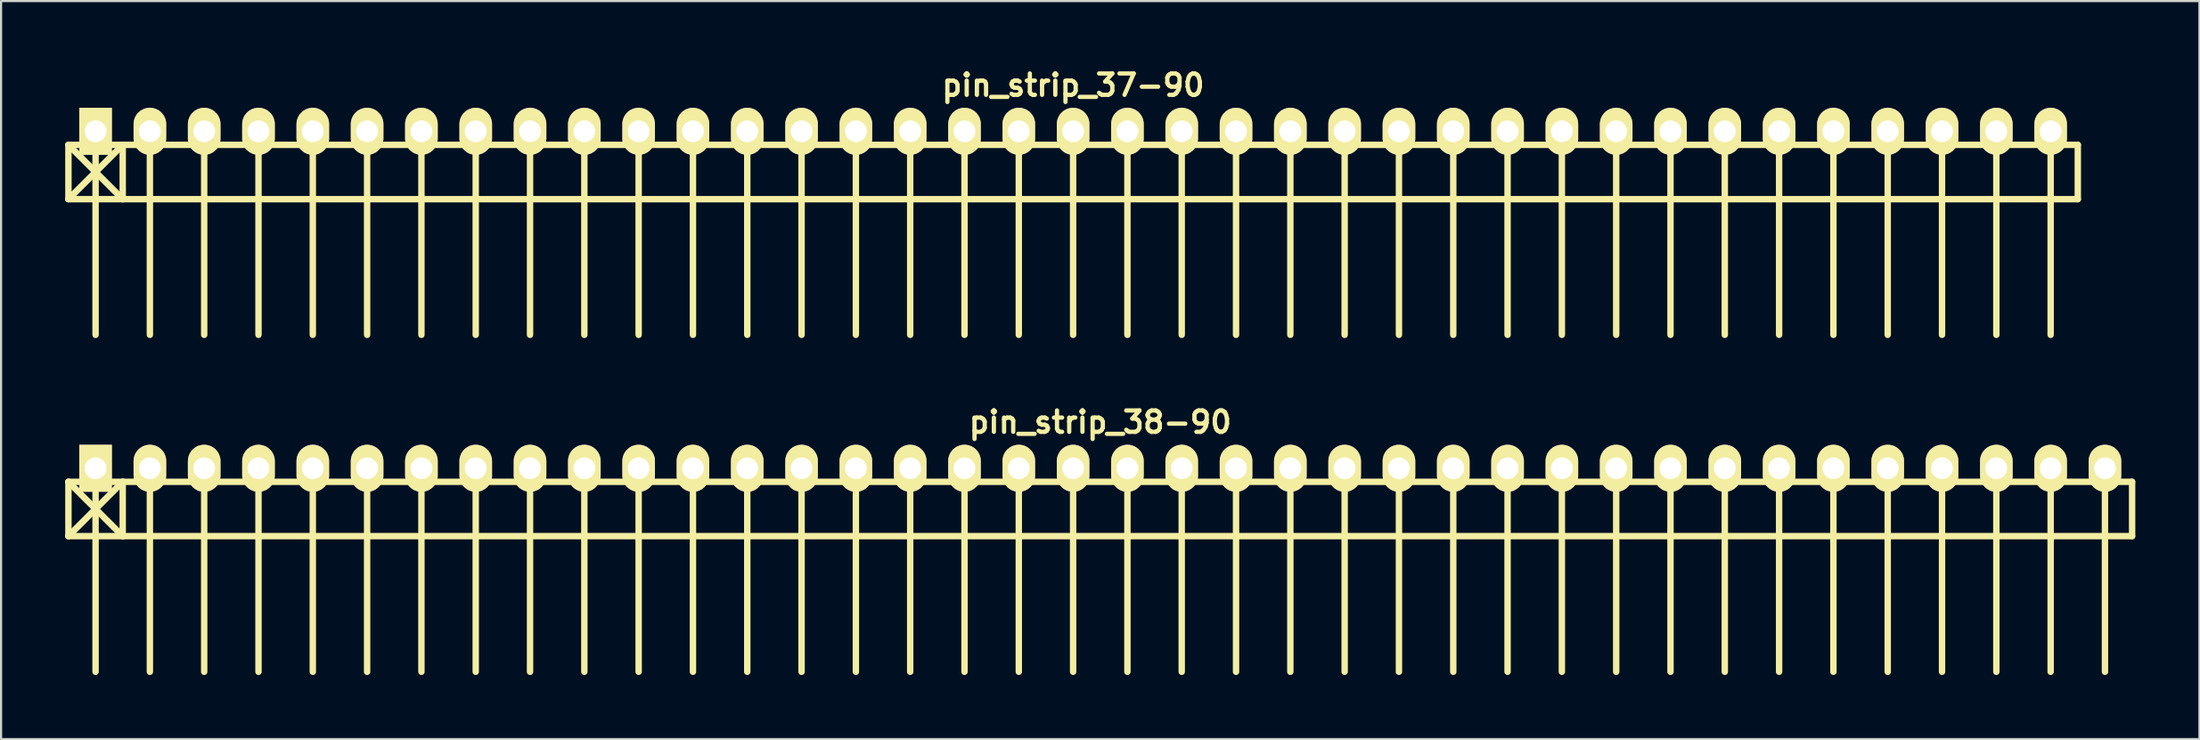
<source format=kicad_pcb>
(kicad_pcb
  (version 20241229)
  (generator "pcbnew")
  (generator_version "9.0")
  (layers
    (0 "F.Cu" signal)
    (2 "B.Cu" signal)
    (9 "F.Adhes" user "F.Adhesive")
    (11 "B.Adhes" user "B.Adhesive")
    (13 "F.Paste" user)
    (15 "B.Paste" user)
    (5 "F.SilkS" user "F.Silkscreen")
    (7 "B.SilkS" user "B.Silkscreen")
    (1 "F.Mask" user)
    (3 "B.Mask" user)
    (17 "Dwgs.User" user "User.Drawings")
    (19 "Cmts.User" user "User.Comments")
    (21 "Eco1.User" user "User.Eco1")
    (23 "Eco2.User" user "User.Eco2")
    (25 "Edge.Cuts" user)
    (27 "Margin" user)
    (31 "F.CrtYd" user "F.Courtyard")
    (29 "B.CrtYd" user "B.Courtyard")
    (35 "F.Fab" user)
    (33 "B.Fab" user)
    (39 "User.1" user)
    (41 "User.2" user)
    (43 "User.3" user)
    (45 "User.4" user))
  (footprint "pin_strip_38-90"
    (layer "F.Cu")
    (at 48.41 18.865)
    (property "Reference" "pin_strip_38-90" (at 0 -2.159 0) (layer "F.SilkS") (effects (font (size 1 1) (thickness 0.2))))
    (attr through_hole)
    (fp_line (start -48.26 0.635) (end 48.26 0.635) (stroke (width 0.3) (type solid)) (layer "F.SilkS"))
    (fp_line (start -48.26 3.175) (end -48.26 0.635) (stroke (width 0.3) (type solid)) (layer "F.SilkS"))
    (fp_line (start -48.26 3.175) (end -45.72 0.635) (stroke (width 0.3) (type solid)) (layer "F.SilkS"))
    (fp_line (start -46.99 0) (end -46.99 9.525) (stroke (width 0.3) (type solid)) (layer "F.SilkS"))
    (fp_line (start -45.72 0.635) (end -45.72 3.175) (stroke (width 0.3) (type solid)) (layer "F.SilkS"))
    (fp_line (start -45.72 3.175) (end -48.26 0.635) (stroke (width 0.3) (type solid)) (layer "F.SilkS"))
    (fp_line (start -44.45 0) (end -44.45 9.525) (stroke (width 0.3) (type solid)) (layer "F.SilkS"))
    (fp_line (start -41.91 9.525) (end -41.91 0) (stroke (width 0.3) (type solid)) (layer "F.SilkS"))
    (fp_line (start -39.37 0) (end -39.37 9.525) (stroke (width 0.3) (type solid)) (layer "F.SilkS"))
    (fp_line (start -36.83 0) (end -36.83 9.525) (stroke (width 0.3) (type solid)) (layer "F.SilkS"))
    (fp_line (start -34.29 0) (end -34.29 9.525) (stroke (width 0.3) (type solid)) (layer "F.SilkS"))
    (fp_line (start -31.75 0) (end -31.75 9.525) (stroke (width 0.3) (type solid)) (layer "F.SilkS"))
    (fp_line (start -29.21 0) (end -29.21 9.525) (stroke (width 0.3) (type solid)) (layer "F.SilkS"))
    (fp_line (start -26.67 0) (end -26.67 9.525) (stroke (width 0.3) (type solid)) (layer "F.SilkS"))
    (fp_line (start -24.13 0) (end -24.13 9.525) (stroke (width 0.3) (type solid)) (layer "F.SilkS"))
    (fp_line (start -21.59 0) (end -21.59 9.525) (stroke (width 0.3) (type solid)) (layer "F.SilkS"))
    (fp_line (start -19.05 0) (end -19.05 9.525) (stroke (width 0.3) (type solid)) (layer "F.SilkS"))
    (fp_line (start -16.51 9.525) (end -16.51 0) (stroke (width 0.3) (type solid)) (layer "F.SilkS"))
    (fp_line (start -13.97 0) (end -13.97 9.525) (stroke (width 0.3) (type solid)) (layer "F.SilkS"))
    (fp_line (start -11.43 0) (end -11.43 9.525) (stroke (width 0.3) (type solid)) (layer "F.SilkS"))
    (fp_line (start -8.89 0) (end -8.89 9.525) (stroke (width 0.3) (type solid)) (layer "F.SilkS"))
    (fp_line (start -6.35 0) (end -6.35 9.525) (stroke (width 0.3) (type solid)) (layer "F.SilkS"))
    (fp_line (start -3.81 0) (end -3.81 9.525) (stroke (width 0.3) (type solid)) (layer "F.SilkS"))
    (fp_line (start -1.27 0) (end -1.27 9.525) (stroke (width 0.3) (type solid)) (layer "F.SilkS"))
    (fp_line (start 1.27 0) (end 1.27 9.525) (stroke (width 0.3) (type solid)) (layer "F.SilkS"))
    (fp_line (start 3.81 0) (end 3.81 9.525) (stroke (width 0.3) (type solid)) (layer "F.SilkS"))
    (fp_line (start 6.35 0) (end 6.35 9.525) (stroke (width 0.3) (type solid)) (layer "F.SilkS"))
    (fp_line (start 8.89 9.525) (end 8.89 0) (stroke (width 0.3) (type solid)) (layer "F.SilkS"))
    (fp_line (start 11.43 0) (end 11.43 9.525) (stroke (width 0.3) (type solid)) (layer "F.SilkS"))
    (fp_line (start 13.97 0) (end 13.97 9.525) (stroke (width 0.3) (type solid)) (layer "F.SilkS"))
    (fp_line (start 16.51 0) (end 16.51 9.525) (stroke (width 0.3) (type solid)) (layer "F.SilkS"))
    (fp_line (start 19.05 0) (end 19.05 9.525) (stroke (width 0.3) (type solid)) (layer "F.SilkS"))
    (fp_line (start 21.59 0) (end 21.59 9.525) (stroke (width 0.3) (type solid)) (layer "F.SilkS"))
    (fp_line (start 24.13 0) (end 24.13 9.525) (stroke (width 0.3) (type solid)) (layer "F.SilkS"))
    (fp_line (start 26.67 0) (end 26.67 9.525) (stroke (width 0.3) (type solid)) (layer "F.SilkS"))
    (fp_line (start 29.21 0) (end 29.21 9.525) (stroke (width 0.3) (type solid)) (layer "F.SilkS"))
    (fp_line (start 31.75 0) (end 31.75 9.525) (stroke (width 0.3) (type solid)) (layer "F.SilkS"))
    (fp_line (start 34.29 9.525) (end 34.29 0) (stroke (width 0.3) (type solid)) (layer "F.SilkS"))
    (fp_line (start 36.83 0) (end 36.83 9.525) (stroke (width 0.3) (type solid)) (layer "F.SilkS"))
    (fp_line (start 39.37 0) (end 39.37 9.525) (stroke (width 0.3) (type solid)) (layer "F.SilkS"))
    (fp_line (start 41.91 0) (end 41.91 9.525) (stroke (width 0.3) (type solid)) (layer "F.SilkS"))
    (fp_line (start 44.45 0) (end 44.45 9.525) (stroke (width 0.3) (type solid)) (layer "F.SilkS"))
    (fp_line (start 46.99 0) (end 46.99 9.525) (stroke (width 0.3) (type solid)) (layer "F.SilkS"))
    (fp_line (start 48.26 0.635) (end 48.26 3.175) (stroke (width 0.3) (type solid)) (layer "F.SilkS"))
    (fp_line (start 48.26 3.175) (end -48.26 3.175) (stroke (width 0.3) (type solid)) (layer "F.SilkS"))
    (pad "1" thru_hole rect (at -46.99 0) (size 1.524 2.2) (drill 1.02) (layers "*.Cu" "*.Mask" "F.SilkS"))
    (pad "2" thru_hole oval (at -44.45 0) (size 1.524 2.2) (drill 1.02) (layers "*.Cu" "*.Mask" "F.SilkS"))
    (pad "3" thru_hole oval (at -41.91 0) (size 1.524 2.2) (drill 1.02) (layers "*.Cu" "*.Mask" "F.SilkS"))
    (pad "4" thru_hole oval (at -39.37 0) (size 1.524 2.2) (drill 1.02) (layers "*.Cu" "*.Mask" "F.SilkS"))
    (pad "5" thru_hole oval (at -36.83 0) (size 1.524 2.2) (drill 1.02) (layers "*.Cu" "*.Mask" "F.SilkS"))
    (pad "6" thru_hole oval (at -34.29 0) (size 1.524 2.2) (drill 1.02) (layers "*.Cu" "*.Mask" "F.SilkS"))
    (pad "7" thru_hole oval (at -31.75 0) (size 1.524 2.2) (drill 1.02) (layers "*.Cu" "*.Mask" "F.SilkS"))
    (pad "8" thru_hole oval (at -29.21 0) (size 1.524 2.2) (drill 1.02) (layers "*.Cu" "*.Mask" "F.SilkS"))
    (pad "9" thru_hole oval (at -26.67 0) (size 1.524 2.2) (drill 1.02) (layers "*.Cu" "*.Mask" "F.SilkS"))
    (pad "10" thru_hole oval (at -24.13 0) (size 1.524 2.2) (drill 1.02) (layers "*.Cu" "*.Mask" "F.SilkS"))
    (pad "11" thru_hole oval (at -21.59 0) (size 1.524 2.2) (drill 1.02) (layers "*.Cu" "*.Mask" "F.SilkS"))
    (pad "12" thru_hole oval (at -19.05 0) (size 1.524 2.2) (drill 1.02) (layers "*.Cu" "*.Mask" "F.SilkS"))
    (pad "13" thru_hole oval (at -16.51 0) (size 1.524 2.2) (drill 1.02) (layers "*.Cu" "*.Mask" "F.SilkS"))
    (pad "14" thru_hole oval (at -13.97 0) (size 1.524 2.2) (drill 1.02) (layers "*.Cu" "*.Mask" "F.SilkS"))
    (pad "15" thru_hole oval (at -11.43 0) (size 1.524 2.2) (drill 1.02) (layers "*.Cu" "*.Mask" "F.SilkS"))
    (pad "16" thru_hole oval (at -8.89 0) (size 1.524 2.2) (drill 1.02) (layers "*.Cu" "*.Mask" "F.SilkS"))
    (pad "17" thru_hole oval (at -6.35 0) (size 1.524 2.2) (drill 1.02) (layers "*.Cu" "*.Mask" "F.SilkS"))
    (pad "18" thru_hole oval (at -3.81 0) (size 1.524 2.2) (drill 1.02) (layers "*.Cu" "*.Mask" "F.SilkS"))
    (pad "19" thru_hole oval (at -1.27 0) (size 1.524 2.2) (drill 1.02) (layers "*.Cu" "*.Mask" "F.SilkS"))
    (pad "20" thru_hole oval (at 1.27 0) (size 1.524 2.2) (drill 1.02) (layers "*.Cu" "*.Mask" "F.SilkS"))
    (pad "21" thru_hole oval (at 3.81 0) (size 1.524 2.2) (drill 1.02) (layers "*.Cu" "*.Mask" "F.SilkS"))
    (pad "22" thru_hole oval (at 6.35 0) (size 1.524 2.2) (drill 1.02) (layers "*.Cu" "*.Mask" "F.SilkS"))
    (pad "23" thru_hole oval (at 8.89 0) (size 1.524 2.2) (drill 1.02) (layers "*.Cu" "*.Mask" "F.SilkS"))
    (pad "24" thru_hole oval (at 11.43 0) (size 1.524 2.2) (drill 1.02) (layers "*.Cu" "*.Mask" "F.SilkS"))
    (pad "25" thru_hole oval (at 13.97 0) (size 1.524 2.2) (drill 1.02) (layers "*.Cu" "*.Mask" "F.SilkS"))
    (pad "26" thru_hole oval (at 16.51 0) (size 1.524 2.2) (drill 1.02) (layers "*.Cu" "*.Mask" "F.SilkS"))
    (pad "27" thru_hole oval (at 19.05 0) (size 1.524 2.2) (drill 1.02) (layers "*.Cu" "*.Mask" "F.SilkS"))
    (pad "28" thru_hole oval (at 21.59 0) (size 1.524 2.2) (drill 1.02) (layers "*.Cu" "*.Mask" "F.SilkS"))
    (pad "29" thru_hole oval (at 24.13 0) (size 1.524 2.2) (drill 1.02) (layers "*.Cu" "*.Mask" "F.SilkS"))
    (pad "30" thru_hole oval (at 26.67 0) (size 1.524 2.2) (drill 1.02) (layers "*.Cu" "*.Mask" "F.SilkS"))
    (pad "31" thru_hole oval (at 29.21 0) (size 1.524 2.2) (drill 1.02) (layers "*.Cu" "*.Mask" "F.SilkS"))
    (pad "32" thru_hole oval (at 31.75 0) (size 1.524 2.2) (drill 1.02) (layers "*.Cu" "*.Mask" "F.SilkS"))
    (pad "33" thru_hole oval (at 34.29 0) (size 1.524 2.2) (drill 1.02) (layers "*.Cu" "*.Mask" "F.SilkS"))
    (pad "34" thru_hole oval (at 36.83 0) (size 1.524 2.2) (drill 1.02) (layers "*.Cu" "*.Mask" "F.SilkS"))
    (pad "35" thru_hole oval (at 39.37 0) (size 1.524 2.2) (drill 1.02) (layers "*.Cu" "*.Mask" "F.SilkS"))
    (pad "36" thru_hole oval (at 41.91 0) (size 1.524 2.2) (drill 1.02) (layers "*.Cu" "*.Mask" "F.SilkS"))
    (pad "37" thru_hole oval (at 44.45 0) (size 1.524 2.2) (drill 1.02) (layers "*.Cu" "*.Mask" "F.SilkS"))
    (pad "38" thru_hole oval (at 46.99 0) (size 1.524 2.2) (drill 1.02) (layers "*.Cu" "*.Mask" "F.SilkS")))
  (footprint "pin_strip_37-90"
    (layer "F.Cu")
    (at 47.14 3.095)
    (property "Reference" "pin_strip_37-90" (at 0 -2.159 0) (layer "F.SilkS") (effects (font (size 1 1) (thickness 0.2))))
    (attr through_hole)
    (fp_line (start -46.99 0.635) (end 46.99 0.635) (stroke (width 0.3) (type solid)) (layer "F.SilkS"))
    (fp_line (start -46.99 3.175) (end -46.99 0.635) (stroke (width 0.3) (type solid)) (layer "F.SilkS"))
    (fp_line (start -46.99 3.175) (end -44.45 0.635) (stroke (width 0.3) (type solid)) (layer "F.SilkS"))
    (fp_line (start -45.72 0) (end -45.72 9.525) (stroke (width 0.3) (type solid)) (layer "F.SilkS"))
    (fp_line (start -44.45 0.635) (end -44.45 3.175) (stroke (width 0.3) (type solid)) (layer "F.SilkS"))
    (fp_line (start -44.45 3.175) (end -46.99 0.635) (stroke (width 0.3) (type solid)) (layer "F.SilkS"))
    (fp_line (start -43.18 0) (end -43.18 9.525) (stroke (width 0.3) (type solid)) (layer "F.SilkS"))
    (fp_line (start -40.64 9.525) (end -40.64 0) (stroke (width 0.3) (type solid)) (layer "F.SilkS"))
    (fp_line (start -38.1 0) (end -38.1 9.525) (stroke (width 0.3) (type solid)) (layer "F.SilkS"))
    (fp_line (start -35.56 0) (end -35.56 9.525) (stroke (width 0.3) (type solid)) (layer "F.SilkS"))
    (fp_line (start -33.02 0) (end -33.02 9.525) (stroke (width 0.3) (type solid)) (layer "F.SilkS"))
    (fp_line (start -30.48 0) (end -30.48 9.525) (stroke (width 0.3) (type solid)) (layer "F.SilkS"))
    (fp_line (start -27.94 0) (end -27.94 9.525) (stroke (width 0.3) (type solid)) (layer "F.SilkS"))
    (fp_line (start -25.4 0) (end -25.4 9.525) (stroke (width 0.3) (type solid)) (layer "F.SilkS"))
    (fp_line (start -22.86 0) (end -22.86 9.525) (stroke (width 0.3) (type solid)) (layer "F.SilkS"))
    (fp_line (start -20.32 0) (end -20.32 9.525) (stroke (width 0.3) (type solid)) (layer "F.SilkS"))
    (fp_line (start -17.78 0) (end -17.78 9.525) (stroke (width 0.3) (type solid)) (layer "F.SilkS"))
    (fp_line (start -15.24 9.525) (end -15.24 0) (stroke (width 0.3) (type solid)) (layer "F.SilkS"))
    (fp_line (start -12.7 0) (end -12.7 9.525) (stroke (width 0.3) (type solid)) (layer "F.SilkS"))
    (fp_line (start -10.16 0) (end -10.16 9.525) (stroke (width 0.3) (type solid)) (layer "F.SilkS"))
    (fp_line (start -7.62 0) (end -7.62 9.525) (stroke (width 0.3) (type solid)) (layer "F.SilkS"))
    (fp_line (start -5.08 0) (end -5.08 9.525) (stroke (width 0.3) (type solid)) (layer "F.SilkS"))
    (fp_line (start -2.54 0) (end -2.54 9.525) (stroke (width 0.3) (type solid)) (layer "F.SilkS"))
    (fp_line (start 0 0) (end 0 9.525) (stroke (width 0.3) (type solid)) (layer "F.SilkS"))
    (fp_line (start 2.54 0) (end 2.54 9.525) (stroke (width 0.3) (type solid)) (layer "F.SilkS"))
    (fp_line (start 5.08 0) (end 5.08 9.525) (stroke (width 0.3) (type solid)) (layer "F.SilkS"))
    (fp_line (start 7.62 0) (end 7.62 9.525) (stroke (width 0.3) (type solid)) (layer "F.SilkS"))
    (fp_line (start 10.16 9.525) (end 10.16 0) (stroke (width 0.3) (type solid)) (layer "F.SilkS"))
    (fp_line (start 12.7 0) (end 12.7 9.525) (stroke (width 0.3) (type solid)) (layer "F.SilkS"))
    (fp_line (start 15.24 0) (end 15.24 9.525) (stroke (width 0.3) (type solid)) (layer "F.SilkS"))
    (fp_line (start 17.78 0) (end 17.78 9.525) (stroke (width 0.3) (type solid)) (layer "F.SilkS"))
    (fp_line (start 20.32 0) (end 20.32 9.525) (stroke (width 0.3) (type solid)) (layer "F.SilkS"))
    (fp_line (start 22.86 0) (end 22.86 9.525) (stroke (width 0.3) (type solid)) (layer "F.SilkS"))
    (fp_line (start 25.4 0) (end 25.4 9.525) (stroke (width 0.3) (type solid)) (layer "F.SilkS"))
    (fp_line (start 27.94 0) (end 27.94 9.525) (stroke (width 0.3) (type solid)) (layer "F.SilkS"))
    (fp_line (start 30.48 0) (end 30.48 9.525) (stroke (width 0.3) (type solid)) (layer "F.SilkS"))
    (fp_line (start 33.02 0) (end 33.02 9.525) (stroke (width 0.3) (type solid)) (layer "F.SilkS"))
    (fp_line (start 35.56 9.525) (end 35.56 0) (stroke (width 0.3) (type solid)) (layer "F.SilkS"))
    (fp_line (start 38.1 0) (end 38.1 9.525) (stroke (width 0.3) (type solid)) (layer "F.SilkS"))
    (fp_line (start 40.64 0) (end 40.64 9.525) (stroke (width 0.3) (type solid)) (layer "F.SilkS"))
    (fp_line (start 43.18 0) (end 43.18 9.525) (stroke (width 0.3) (type solid)) (layer "F.SilkS"))
    (fp_line (start 45.72 0) (end 45.72 9.525) (stroke (width 0.3) (type solid)) (layer "F.SilkS"))
    (fp_line (start 46.99 0.635) (end 46.99 3.175) (stroke (width 0.3) (type solid)) (layer "F.SilkS"))
    (fp_line (start 46.99 3.175) (end -46.99 3.175) (stroke (width 0.3) (type solid)) (layer "F.SilkS"))
    (pad "1" thru_hole rect (at -45.72 0) (size 1.524 2.2) (drill 1.02) (layers "*.Cu" "*.Mask" "F.SilkS"))
    (pad "2" thru_hole oval (at -43.18 0) (size 1.524 2.2) (drill 1.02) (layers "*.Cu" "*.Mask" "F.SilkS"))
    (pad "3" thru_hole oval (at -40.64 0) (size 1.524 2.2) (drill 1.02) (layers "*.Cu" "*.Mask" "F.SilkS"))
    (pad "4" thru_hole oval (at -38.1 0) (size 1.524 2.2) (drill 1.02) (layers "*.Cu" "*.Mask" "F.SilkS"))
    (pad "5" thru_hole oval (at -35.56 0) (size 1.524 2.2) (drill 1.02) (layers "*.Cu" "*.Mask" "F.SilkS"))
    (pad "6" thru_hole oval (at -33.02 0) (size 1.524 2.2) (drill 1.02) (layers "*.Cu" "*.Mask" "F.SilkS"))
    (pad "7" thru_hole oval (at -30.48 0) (size 1.524 2.2) (drill 1.02) (layers "*.Cu" "*.Mask" "F.SilkS"))
    (pad "8" thru_hole oval (at -27.94 0) (size 1.524 2.2) (drill 1.02) (layers "*.Cu" "*.Mask" "F.SilkS"))
    (pad "9" thru_hole oval (at -25.4 0) (size 1.524 2.2) (drill 1.02) (layers "*.Cu" "*.Mask" "F.SilkS"))
    (pad "10" thru_hole oval (at -22.86 0) (size 1.524 2.2) (drill 1.02) (layers "*.Cu" "*.Mask" "F.SilkS"))
    (pad "11" thru_hole oval (at -20.32 0) (size 1.524 2.2) (drill 1.02) (layers "*.Cu" "*.Mask" "F.SilkS"))
    (pad "12" thru_hole oval (at -17.78 0) (size 1.524 2.2) (drill 1.02) (layers "*.Cu" "*.Mask" "F.SilkS"))
    (pad "13" thru_hole oval (at -15.24 0) (size 1.524 2.2) (drill 1.02) (layers "*.Cu" "*.Mask" "F.SilkS"))
    (pad "14" thru_hole oval (at -12.7 0) (size 1.524 2.2) (drill 1.02) (layers "*.Cu" "*.Mask" "F.SilkS"))
    (pad "15" thru_hole oval (at -10.16 0) (size 1.524 2.2) (drill 1.02) (layers "*.Cu" "*.Mask" "F.SilkS"))
    (pad "16" thru_hole oval (at -7.62 0) (size 1.524 2.2) (drill 1.02) (layers "*.Cu" "*.Mask" "F.SilkS"))
    (pad "17" thru_hole oval (at -5.08 0) (size 1.524 2.2) (drill 1.02) (layers "*.Cu" "*.Mask" "F.SilkS"))
    (pad "18" thru_hole oval (at -2.54 0) (size 1.524 2.2) (drill 1.02) (layers "*.Cu" "*.Mask" "F.SilkS"))
    (pad "19" thru_hole oval (at 0 0) (size 1.524 2.2) (drill 1.02) (layers "*.Cu" "*.Mask" "F.SilkS"))
    (pad "20" thru_hole oval (at 2.54 0) (size 1.524 2.2) (drill 1.02) (layers "*.Cu" "*.Mask" "F.SilkS"))
    (pad "21" thru_hole oval (at 5.08 0) (size 1.524 2.2) (drill 1.02) (layers "*.Cu" "*.Mask" "F.SilkS"))
    (pad "22" thru_hole oval (at 7.62 0) (size 1.524 2.2) (drill 1.02) (layers "*.Cu" "*.Mask" "F.SilkS"))
    (pad "23" thru_hole oval (at 10.16 0) (size 1.524 2.2) (drill 1.02) (layers "*.Cu" "*.Mask" "F.SilkS"))
    (pad "24" thru_hole oval (at 12.7 0) (size 1.524 2.2) (drill 1.02) (layers "*.Cu" "*.Mask" "F.SilkS"))
    (pad "25" thru_hole oval (at 15.24 0) (size 1.524 2.2) (drill 1.02) (layers "*.Cu" "*.Mask" "F.SilkS"))
    (pad "26" thru_hole oval (at 17.78 0) (size 1.524 2.2) (drill 1.02) (layers "*.Cu" "*.Mask" "F.SilkS"))
    (pad "27" thru_hole oval (at 20.32 0) (size 1.524 2.2) (drill 1.02) (layers "*.Cu" "*.Mask" "F.SilkS"))
    (pad "28" thru_hole oval (at 22.86 0) (size 1.524 2.2) (drill 1.02) (layers "*.Cu" "*.Mask" "F.SilkS"))
    (pad "29" thru_hole oval (at 25.4 0) (size 1.524 2.2) (drill 1.02) (layers "*.Cu" "*.Mask" "F.SilkS"))
    (pad "30" thru_hole oval (at 27.94 0) (size 1.524 2.2) (drill 1.02) (layers "*.Cu" "*.Mask" "F.SilkS"))
    (pad "31" thru_hole oval (at 30.48 0) (size 1.524 2.2) (drill 1.02) (layers "*.Cu" "*.Mask" "F.SilkS"))
    (pad "32" thru_hole oval (at 33.02 0) (size 1.524 2.2) (drill 1.02) (layers "*.Cu" "*.Mask" "F.SilkS"))
    (pad "33" thru_hole oval (at 35.56 0) (size 1.524 2.2) (drill 1.02) (layers "*.Cu" "*.Mask" "F.SilkS"))
    (pad "34" thru_hole oval (at 38.1 0) (size 1.524 2.2) (drill 1.02) (layers "*.Cu" "*.Mask" "F.SilkS"))
    (pad "35" thru_hole oval (at 40.64 0) (size 1.524 2.2) (drill 1.02) (layers "*.Cu" "*.Mask" "F.SilkS"))
    (pad "36" thru_hole oval (at 43.18 0) (size 1.524 2.2) (drill 1.02) (layers "*.Cu" "*.Mask" "F.SilkS"))
    (pad "37" thru_hole oval (at 45.72 0) (size 1.524 2.2) (drill 1.02) (layers "*.Cu" "*.Mask" "F.SilkS")))
  (gr_rect
    (start -3 -3)
    (end 99.82 31.54)
    (stroke (width 0.1) (type default))
    (fill no)
    (layer "Edge.Cuts")))
</source>
